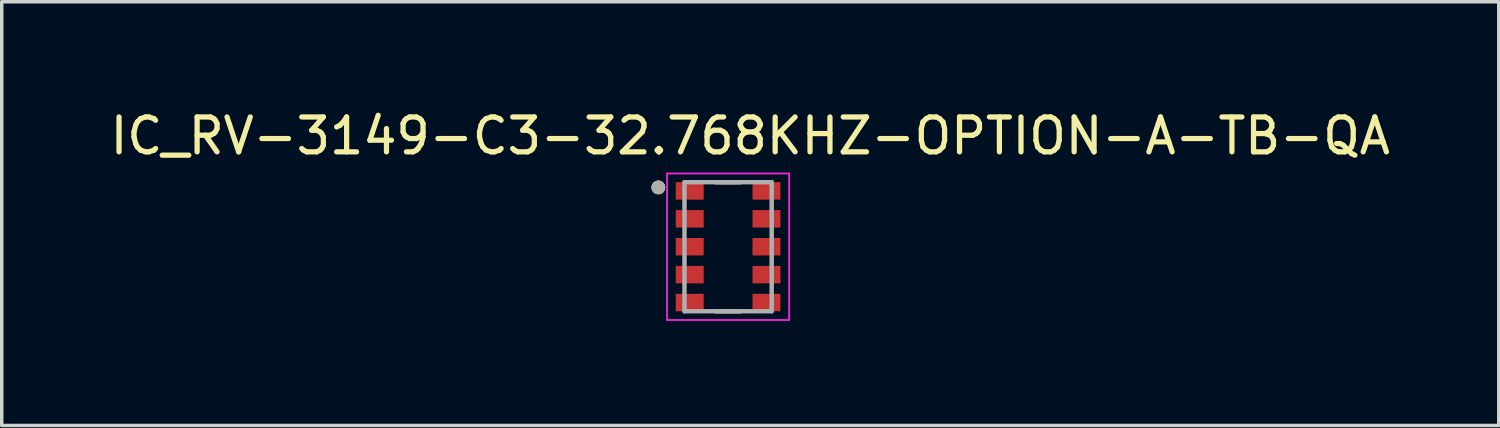
<source format=kicad_pcb>
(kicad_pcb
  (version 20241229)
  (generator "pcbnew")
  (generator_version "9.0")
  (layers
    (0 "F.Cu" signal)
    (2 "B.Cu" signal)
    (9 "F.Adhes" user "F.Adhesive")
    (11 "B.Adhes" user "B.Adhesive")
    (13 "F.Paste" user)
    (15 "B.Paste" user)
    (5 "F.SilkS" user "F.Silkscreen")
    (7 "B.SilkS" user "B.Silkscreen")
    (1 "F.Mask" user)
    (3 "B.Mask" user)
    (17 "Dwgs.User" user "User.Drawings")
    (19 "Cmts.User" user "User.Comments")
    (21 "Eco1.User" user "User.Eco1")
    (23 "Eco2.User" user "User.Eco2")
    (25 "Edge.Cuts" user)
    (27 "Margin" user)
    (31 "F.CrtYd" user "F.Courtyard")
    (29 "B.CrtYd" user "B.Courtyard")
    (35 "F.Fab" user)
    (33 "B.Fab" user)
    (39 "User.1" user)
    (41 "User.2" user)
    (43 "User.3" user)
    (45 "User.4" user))
  (footprint "IC_RV-3149-C3-32.768KHZ-OPTION-A-TB-QA"
    (layer "F.Cu")
    (at 17.823 4.023)
    (property "Reference" "IC_RV-3149-C3-32.768KHZ-OPTION-A-TB-QA" (at 0.635 -3.175 0) (layer "F.SilkS") (effects (font (size 1 1) (thickness 0.15))))
    (attr through_hole)
    (fp_line (start -0.35 -1.85) (end 0.35 -1.85) (stroke (width 0.127) (type solid)) (layer "F.SilkS"))
    (fp_line (start -0.35 1.85) (end 0.35 1.85) (stroke (width 0.127) (type solid)) (layer "F.SilkS"))
    (fp_circle (center -2 -1.7) (end -1.9 -1.7) (stroke (width 0.2) (type solid)) (fill no) (layer "F.SilkS"))
    (fp_line (start -1.75 -2.1) (end 1.75 -2.1) (stroke (width 0.05) (type solid)) (layer "F.CrtYd"))
    (fp_line (start -1.75 2.1) (end -1.75 -2.1) (stroke (width 0.05) (type solid)) (layer "F.CrtYd"))
    (fp_line (start 1.75 -2.1) (end 1.75 2.1) (stroke (width 0.05) (type solid)) (layer "F.CrtYd"))
    (fp_line (start 1.75 2.1) (end -1.75 2.1) (stroke (width 0.05) (type solid)) (layer "F.CrtYd"))
    (fp_line (start -1.25 -1.85) (end 1.25 -1.85) (stroke (width 0.127) (type solid)) (layer "F.Fab"))
    (fp_line (start -1.25 1.85) (end -1.25 -1.85) (stroke (width 0.127) (type solid)) (layer "F.Fab"))
    (fp_line (start 1.25 -1.85) (end 1.25 1.85) (stroke (width 0.127) (type solid)) (layer "F.Fab"))
    (fp_line (start 1.25 1.85) (end -1.25 1.85) (stroke (width 0.127) (type solid)) (layer "F.Fab"))
    (fp_circle (center -2 -1.7) (end -1.9 -1.7) (stroke (width 0.2) (type solid)) (fill no) (layer "F.Fab"))
    (pad "1" smd rect (at -1.1 -1.6) (size 0.8 0.5) (layers "F.Cu" "F.Mask" "F.Paste"))
    (pad "2" smd rect (at -1.1 -0.8) (size 0.8 0.5) (layers "F.Cu" "F.Mask" "F.Paste"))
    (pad "3" smd rect (at -1.1 0) (size 0.8 0.5) (layers "F.Cu" "F.Mask" "F.Paste"))
    (pad "4" smd rect (at -1.1 0.8) (size 0.8 0.5) (layers "F.Cu" "F.Mask" "F.Paste"))
    (pad "5" smd rect (at -1.1 1.6) (size 0.8 0.5) (layers "F.Cu" "F.Mask" "F.Paste"))
    (pad "6" smd rect (at 1.1 1.6) (size 0.8 0.5) (layers "F.Cu" "F.Mask" "F.Paste"))
    (pad "7" smd rect (at 1.1 0.8) (size 0.8 0.5) (layers "F.Cu" "F.Mask" "F.Paste"))
    (pad "8" smd rect (at 1.1 0) (size 0.8 0.5) (layers "F.Cu" "F.Mask" "F.Paste"))
    (pad "9" smd rect (at 1.1 -0.8) (size 0.8 0.5) (layers "F.Cu" "F.Mask" "F.Paste"))
    (pad "10" smd rect (at 1.1 -1.6) (size 0.8 0.5) (layers "F.Cu" "F.Mask" "F.Paste")))
  (gr_rect
    (start -3 -3)
    (end 39.917 9.148)
    (stroke (width 0.1) (type default))
    (fill no)
    (layer "Edge.Cuts")))
</source>
